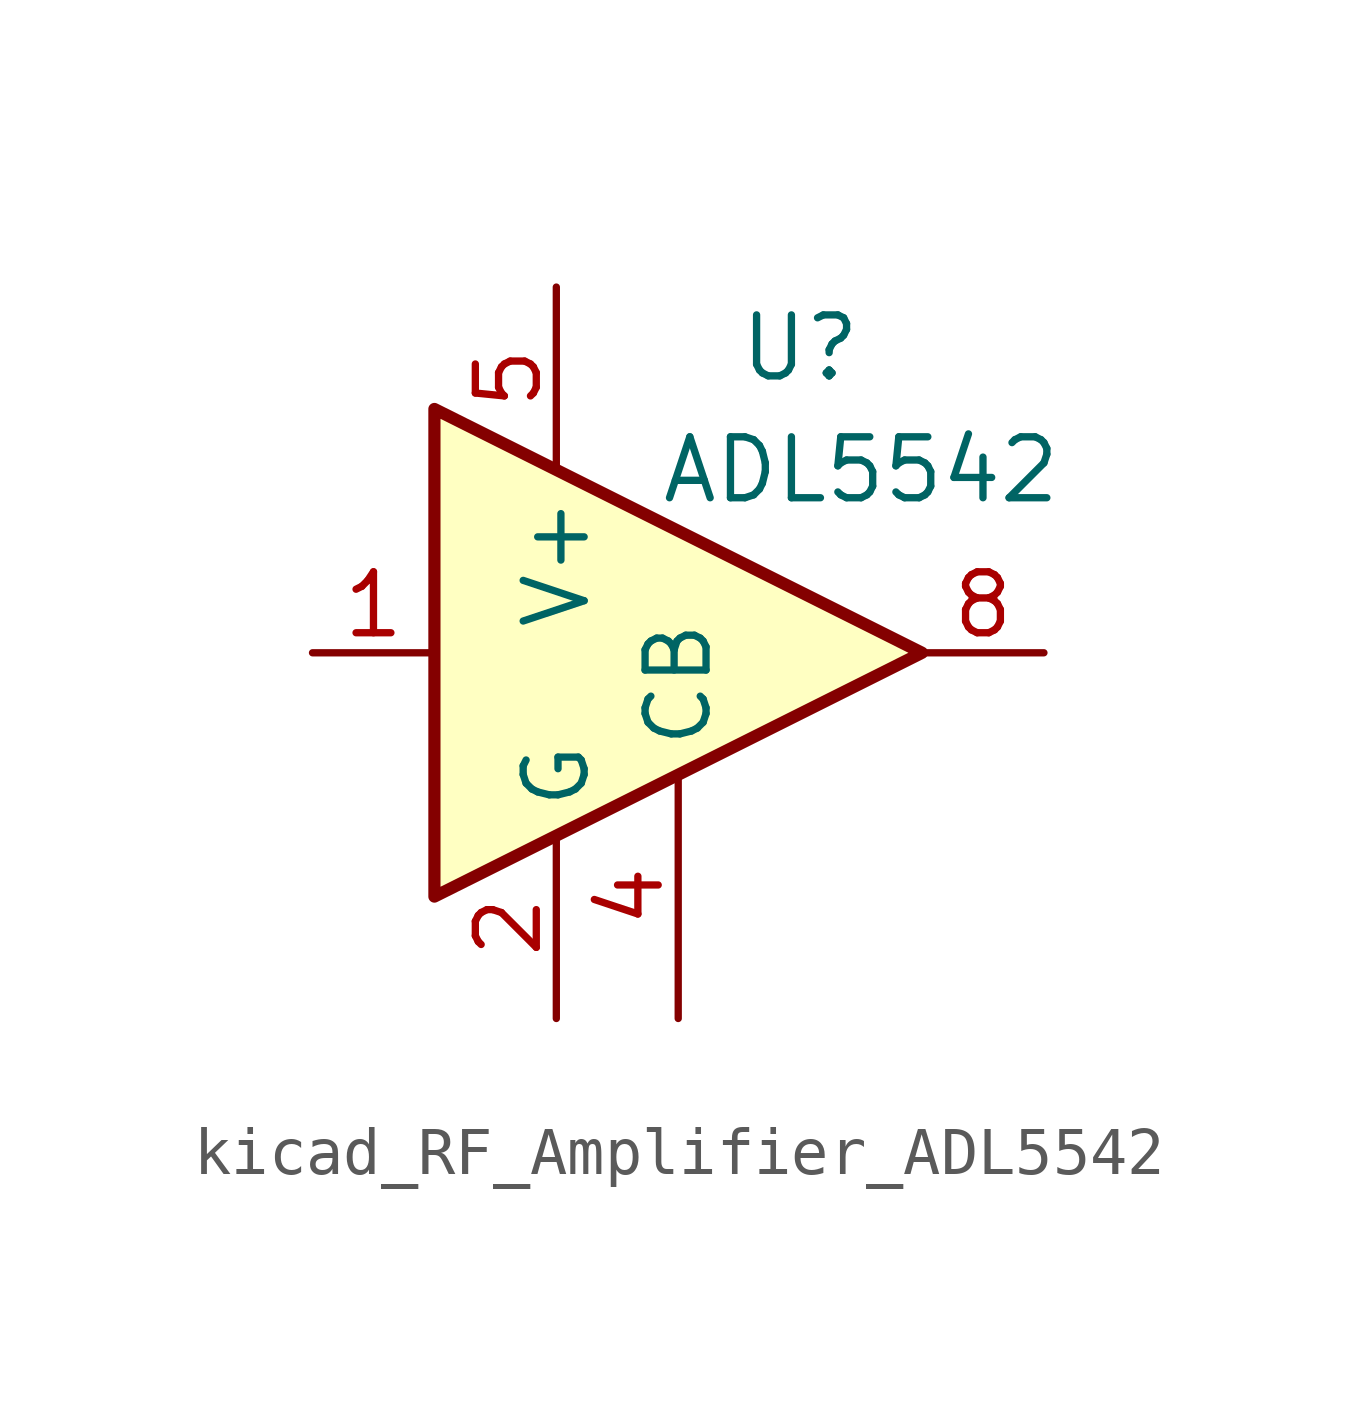
<source format=kicad_sym>
(kicad_symbol_lib
  (version 20220914)
  (generator kicad_symbol_editor)
  (symbol "kicad_RF_Amplifier_ADL5542"
    (property "Reference" "U"
      (at 2.54 6.35 0)
      (effects (font (size 1.27 1.27))))
    (property "Value" "ADL5542"
      (at 3.81 3.81 0)
      (effects (font (size 1.27 1.27))))
    (symbol "kicad_RF_Amplifier_ADL5542_0_1"
      (polyline (pts (xy 5.08 0) (xy -5.08 5.08) (xy -5.08 -5.08) (xy 5.08 0)) (stroke (width 0.254) (type default)) (fill (type background))))
    (symbol "kicad_RF_Amplifier_ADL5542_1_1"
      (pin input line (at -7.62 0 0) (length 2.54) (name "~" (effects (font (size 1.27 1.27)))) (number "1" (effects (font (size 1.27 1.27)))))
      (pin power_in line (at -2.54 -7.62 90) (length 3.81) (name "G" (effects (font (size 1.27 1.27)))) (number "2" (effects (font (size 1.27 1.27)))))
      (pin passive line (at 0 -7.62 90) (length 5.08) (name "CB" (effects (font (size 1.27 1.27)))) (number "4" (effects (font (size 1.27 1.27)))))
      (pin power_in line (at -2.54 7.62 270) (length 3.81) (name "V+" (effects (font (size 1.27 1.27)))) (number "5" (effects (font (size 1.27 1.27)))))
      (pin output line (at 7.62 0 180) (length 2.54) (name "~" (effects (font (size 1.27 1.27)))) (number "8" (effects (font (size 1.27 1.27))))))))
</source>
